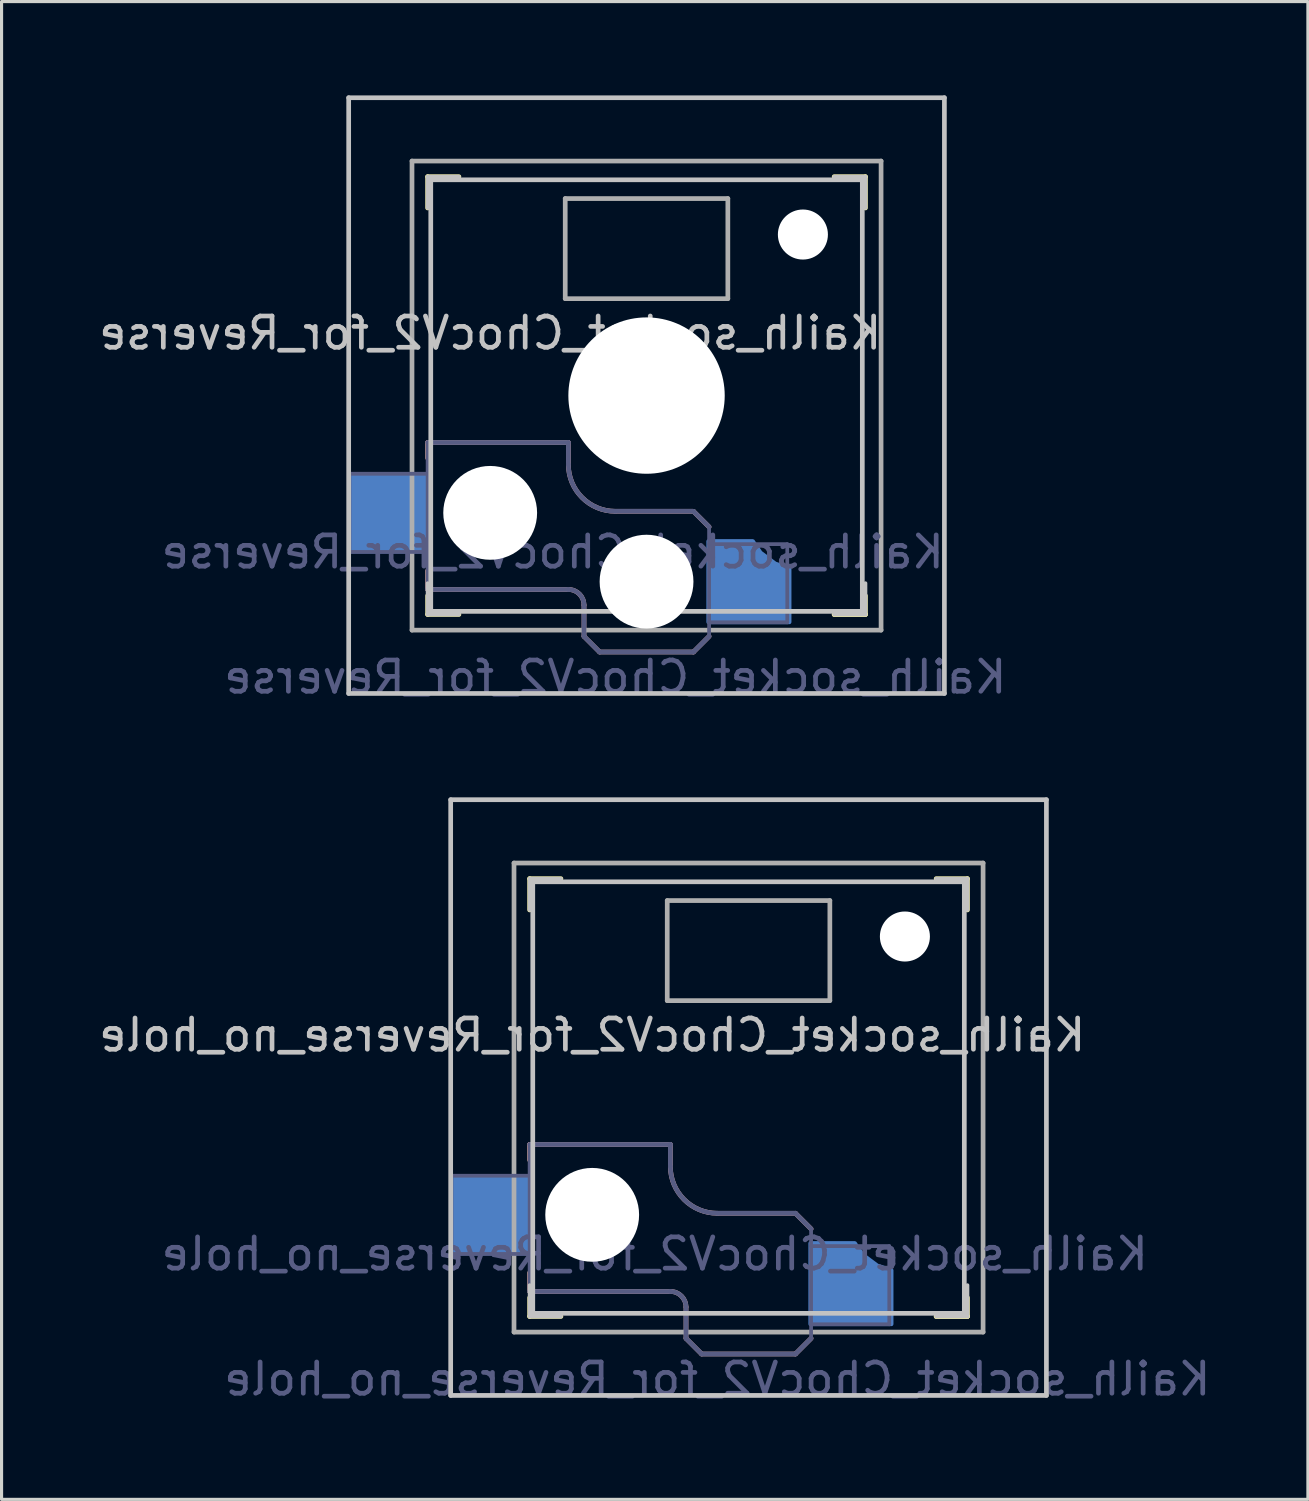
<source format=kicad_pcb>
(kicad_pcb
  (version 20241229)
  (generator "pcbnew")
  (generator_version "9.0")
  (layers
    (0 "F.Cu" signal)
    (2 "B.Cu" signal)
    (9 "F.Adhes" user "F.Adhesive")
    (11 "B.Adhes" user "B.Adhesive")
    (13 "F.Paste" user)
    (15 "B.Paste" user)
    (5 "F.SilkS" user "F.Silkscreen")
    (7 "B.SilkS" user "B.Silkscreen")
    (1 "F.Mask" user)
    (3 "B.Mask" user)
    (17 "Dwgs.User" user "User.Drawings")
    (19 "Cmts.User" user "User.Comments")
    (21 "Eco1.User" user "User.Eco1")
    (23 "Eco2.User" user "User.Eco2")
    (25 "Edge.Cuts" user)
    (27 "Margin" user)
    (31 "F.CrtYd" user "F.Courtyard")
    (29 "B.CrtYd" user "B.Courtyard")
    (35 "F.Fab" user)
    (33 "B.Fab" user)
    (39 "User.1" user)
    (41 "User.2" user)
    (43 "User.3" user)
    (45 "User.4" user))
  (footprint "Kailh_socket_ChocV2_for_Reverse_no_hole"
    (layer "F.Cu")
    (at 20.887 32.048)
    (property "Reference" "Kailh_socket_ChocV2_for_Reverse_no_hole" (at -5 -2 0) (layer "Dwgs.User") (effects (font (size 1 1) (thickness 0.15)) (justify mirror)))
    (property "Value" "Kailh_socket_ChocV2_for_Reverse_no_hole" (at 0 8.255 0) (layer "F.Fab") (hide yes) (effects (font (size 1 1) (thickness 0.15))))
    (attr smd)
    (fp_line (start -7 -6) (end -7 -7) (stroke (width 0.15) (type solid)) (layer "F.SilkS"))
    (fp_line (start -7 7) (end -7 6.4) (stroke (width 0.15) (type solid)) (layer "F.SilkS"))
    (fp_line (start -7 7) (end -6 7) (stroke (width 0.15) (type solid)) (layer "F.SilkS"))
    (fp_line (start -6 -7) (end -7 -7) (stroke (width 0.15) (type solid)) (layer "F.SilkS"))
    (fp_line (start 6 7) (end 7 7) (stroke (width 0.15) (type solid)) (layer "F.SilkS"))
    (fp_line (start 7 -7) (end 6 -7) (stroke (width 0.15) (type solid)) (layer "F.SilkS"))
    (fp_line (start 7 -7) (end 7 -6) (stroke (width 0.15) (type solid)) (layer "F.SilkS"))
    (fp_line (start 7 6.4) (end 7 7) (stroke (width 0.15) (type solid)) (layer "F.SilkS"))
    (fp_line (start 7 7) (end 6 7) (stroke (width 0.15) (type solid)) (layer "F.SilkS"))
    (fp_line (start -7 1.5) (end -7 2) (stroke (width 0.15) (type solid)) (layer "B.SilkS"))
    (fp_line (start -7 5.6) (end -7 6.2) (stroke (width 0.15) (type solid)) (layer "B.SilkS"))
    (fp_line (start -7 6.2) (end -2.5 6.2) (stroke (width 0.15) (type solid)) (layer "B.SilkS"))
    (fp_line (start -2.5 1.5) (end -7 1.5) (stroke (width 0.15) (type solid)) (layer "B.SilkS"))
    (fp_line (start -2.5 2.2) (end -2.5 1.5) (stroke (width 0.15) (type solid)) (layer "B.SilkS"))
    (fp_line (start -2 6.7) (end -2 7.7) (stroke (width 0.15) (type solid)) (layer "B.SilkS"))
    (fp_line (start -1.5 8.2) (end -2 7.7) (stroke (width 0.15) (type solid)) (layer "B.SilkS"))
    (fp_line (start 1.5 3.7) (end -1 3.7) (stroke (width 0.15) (type solid)) (layer "B.SilkS"))
    (fp_line (start 1.5 8.2) (end -1.5 8.2) (stroke (width 0.15) (type solid)) (layer "B.SilkS"))
    (fp_line (start 2 4.2) (end 1.5 3.7) (stroke (width 0.15) (type solid)) (layer "B.SilkS"))
    (fp_line (start 2 7.7) (end 1.5 8.2) (stroke (width 0.15) (type solid)) (layer "B.SilkS"))
    (fp_arc (start -2.5 6.2) (mid -2.146447 6.346447) (end -2 6.7) (stroke (width 0.15) (type solid)) (layer "B.SilkS"))
    (fp_arc (start -1 3.7) (mid -2.06066 3.26066) (end -2.5 2.2) (stroke (width 0.15) (type solid)) (layer "B.SilkS"))
    (fp_line (start -9.525 -9.525) (end 9.525 -9.525) (stroke (width 0.15) (type solid)) (layer "Dwgs.User"))
    (fp_line (start -9.525 9.525) (end -9.525 -9.525) (stroke (width 0.15) (type solid)) (layer "Dwgs.User"))
    (fp_line (start -7 -7) (end -7 -6) (stroke (width 0.12) (type solid)) (layer "Dwgs.User"))
    (fp_line (start -7 -7) (end -6 -7) (stroke (width 0.12) (type solid)) (layer "Dwgs.User"))
    (fp_line (start -7 7) (end -7 6) (stroke (width 0.12) (type solid)) (layer "Dwgs.User"))
    (fp_line (start -7 7) (end -6 7) (stroke (width 0.12) (type solid)) (layer "Dwgs.User"))
    (fp_line (start -6.9 6.9) (end -6.9 -6.9) (stroke (width 0.15) (type solid)) (layer "Dwgs.User"))
    (fp_line (start -6.9 6.9) (end 6.9 6.9) (stroke (width 0.15) (type solid)) (layer "Dwgs.User"))
    (fp_line (start 6.9 -6.9) (end -6.9 -6.9) (stroke (width 0.15) (type solid)) (layer "Dwgs.User"))
    (fp_line (start 6.9 -6.9) (end 6.9 6.9) (stroke (width 0.15) (type solid)) (layer "Dwgs.User"))
    (fp_line (start 7 -7) (end 6 -7) (stroke (width 0.12) (type solid)) (layer "Dwgs.User"))
    (fp_line (start 7 -7) (end 7 -6) (stroke (width 0.12) (type solid)) (layer "Dwgs.User"))
    (fp_line (start 7 7) (end 6 7) (stroke (width 0.12) (type solid)) (layer "Dwgs.User"))
    (fp_line (start 7 7) (end 7 6) (stroke (width 0.12) (type solid)) (layer "Dwgs.User"))
    (fp_line (start 9.525 -9.525) (end 9.525 9.525) (stroke (width 0.15) (type solid)) (layer "Dwgs.User"))
    (fp_line (start 9.525 9.525) (end -9.525 9.525) (stroke (width 0.15) (type solid)) (layer "Dwgs.User"))
    (fp_line (start -9.5 2.5) (end -7 2.5) (stroke (width 0.12) (type solid)) (layer "B.Fab"))
    (fp_line (start -9.5 5) (end -9.5 2.5) (stroke (width 0.12) (type solid)) (layer "B.Fab"))
    (fp_line (start -7 1.5) (end -7 6.2) (stroke (width 0.12) (type solid)) (layer "B.Fab"))
    (fp_line (start -7 5) (end -9.5 5) (stroke (width 0.12) (type solid)) (layer "B.Fab"))
    (fp_line (start -7 6.2) (end -2.5 6.2) (stroke (width 0.15) (type solid)) (layer "B.Fab"))
    (fp_line (start -2.5 1.5) (end -7 1.5) (stroke (width 0.15) (type solid)) (layer "B.Fab"))
    (fp_line (start -2.5 2.2) (end -2.5 1.5) (stroke (width 0.15) (type solid)) (layer "B.Fab"))
    (fp_line (start -2 6.7) (end -2 7.7) (stroke (width 0.15) (type solid)) (layer "B.Fab"))
    (fp_line (start -1.5 8.2) (end -2 7.7) (stroke (width 0.15) (type solid)) (layer "B.Fab"))
    (fp_line (start 1.5 3.7) (end -1 3.7) (stroke (width 0.15) (type solid)) (layer "B.Fab"))
    (fp_line (start 1.5 8.2) (end -1.5 8.2) (stroke (width 0.15) (type solid)) (layer "B.Fab"))
    (fp_line (start 2 4.2) (end 1.5 3.7) (stroke (width 0.15) (type solid)) (layer "B.Fab"))
    (fp_line (start 2 4.25) (end 2 7.7) (stroke (width 0.12) (type solid)) (layer "B.Fab"))
    (fp_line (start 2 4.75) (end 4.5 4.75) (stroke (width 0.12) (type solid)) (layer "B.Fab"))
    (fp_line (start 2 7.7) (end 1.5 8.2) (stroke (width 0.15) (type solid)) (layer "B.Fab"))
    (fp_line (start 4.5 4.75) (end 4.5 7.25) (stroke (width 0.12) (type solid)) (layer "B.Fab"))
    (fp_line (start 4.5 7.25) (end 2 7.25) (stroke (width 0.12) (type solid)) (layer "B.Fab"))
    (fp_arc (start -2.5 6.2) (mid -2.146447 6.346447) (end -2 6.7) (stroke (width 0.15) (type solid)) (layer "B.Fab"))
    (fp_arc (start -1 3.7) (mid -2.06066 3.26066) (end -2.5 2.2) (stroke (width 0.15) (type solid)) (layer "B.Fab"))
    (fp_line (start -7.5 -7.5) (end 7.5 -7.5) (stroke (width 0.15) (type solid)) (layer "F.Fab"))
    (fp_line (start -7.5 7.5) (end -7.5 -7.5) (stroke (width 0.15) (type solid)) (layer "F.Fab"))
    (fp_line (start -2.6 -3.1) (end -2.6 -6.3) (stroke (width 0.15) (type solid)) (layer "F.Fab"))
    (fp_line (start -2.6 -3.1) (end 2.6 -3.1) (stroke (width 0.15) (type solid)) (layer "F.Fab"))
    (fp_line (start 2.6 -6.3) (end -2.6 -6.3) (stroke (width 0.15) (type solid)) (layer "F.Fab"))
    (fp_line (start 2.6 -3.1) (end 2.6 -6.3) (stroke (width 0.15) (type solid)) (layer "F.Fab"))
    (fp_line (start 7.5 -7.5) (end 7.5 7.5) (stroke (width 0.15) (type solid)) (layer "F.Fab"))
    (fp_line (start 7.5 7.5) (end -7.5 7.5) (stroke (width 0.15) (type solid)) (layer "F.Fab"))
    (fp_text user "${REFERENCE}" (at -3 5 0) (layer "B.Fab") (effects (font (size 1 1) (thickness 0.15)) (justify mirror)))
    (fp_text user "${VALUE}" (at -1 9 0) (layer "B.Fab") (effects (font (size 1 1) (thickness 0.15)) (justify mirror)))
    (pad "" np_thru_hole circle (at -5 3.75) (size 3 3) (drill 3) (layers "*.Cu" "*.Mask"))
    (pad "" np_thru_hole circle (at 5 -5.15) (size 1.6 1.6) (drill 1.6) (layers "*.Cu" "*.Mask"))
    (pad "1" smd custom (at 2.812 6.3) (size 1.675 1.9) (layers "B.Cu" "B.Mask" "B.Paste") (options (anchor rect)) (primitives (gr_poly (pts (xy -0.838 -1.65) (xy -0.838 0.95) (xy 1.762 0.95) (xy 1.762 -0.78) (xy 1.308 -0.93) (xy 0.838 -1.28) (xy 0.588 -1.65)) (width 0.12) (fill yes))))
    (pad "2" smd rect (at -8.275 3.75) (size 2.6 2.6) (layers "B.Cu" "B.Mask" "B.Paste")))
  (footprint "Kailh_socket_ChocV2_for_Reverse"
    (layer "F.Cu")
    (at 17.625 9.6)
    (property "Reference" "Kailh_socket_ChocV2_for_Reverse" (at -5 -2 0) (layer "Dwgs.User") (effects (font (size 1 1) (thickness 0.15)) (justify mirror)))
    (property "Value" "Kailh_socket_ChocV2_for_Reverse" (at 0 8.255 0) (layer "F.Fab") (hide yes) (effects (font (size 1 1) (thickness 0.15))))
    (attr smd)
    (fp_line (start -7 -6) (end -7 -7) (stroke (width 0.15) (type solid)) (layer "F.SilkS"))
    (fp_line (start -7 7) (end -7 6.4) (stroke (width 0.15) (type solid)) (layer "F.SilkS"))
    (fp_line (start -7 7) (end -6 7) (stroke (width 0.15) (type solid)) (layer "F.SilkS"))
    (fp_line (start -6 -7) (end -7 -7) (stroke (width 0.15) (type solid)) (layer "F.SilkS"))
    (fp_line (start 6 7) (end 7 7) (stroke (width 0.15) (type solid)) (layer "F.SilkS"))
    (fp_line (start 7 -7) (end 6 -7) (stroke (width 0.15) (type solid)) (layer "F.SilkS"))
    (fp_line (start 7 -7) (end 7 -6) (stroke (width 0.15) (type solid)) (layer "F.SilkS"))
    (fp_line (start 7 6.4) (end 7 7) (stroke (width 0.15) (type solid)) (layer "F.SilkS"))
    (fp_line (start 7 7) (end 6 7) (stroke (width 0.15) (type solid)) (layer "F.SilkS"))
    (fp_line (start -7 1.5) (end -7 2) (stroke (width 0.15) (type solid)) (layer "B.SilkS"))
    (fp_line (start -7 5.6) (end -7 6.2) (stroke (width 0.15) (type solid)) (layer "B.SilkS"))
    (fp_line (start -7 6.2) (end -2.5 6.2) (stroke (width 0.15) (type solid)) (layer "B.SilkS"))
    (fp_line (start -2.5 1.5) (end -7 1.5) (stroke (width 0.15) (type solid)) (layer "B.SilkS"))
    (fp_line (start -2.5 2.2) (end -2.5 1.5) (stroke (width 0.15) (type solid)) (layer "B.SilkS"))
    (fp_line (start -2 6.7) (end -2 7.7) (stroke (width 0.15) (type solid)) (layer "B.SilkS"))
    (fp_line (start -1.5 8.2) (end -2 7.7) (stroke (width 0.15) (type solid)) (layer "B.SilkS"))
    (fp_line (start 1.5 3.7) (end -1 3.7) (stroke (width 0.15) (type solid)) (layer "B.SilkS"))
    (fp_line (start 1.5 8.2) (end -1.5 8.2) (stroke (width 0.15) (type solid)) (layer "B.SilkS"))
    (fp_line (start 2 4.2) (end 1.5 3.7) (stroke (width 0.15) (type solid)) (layer "B.SilkS"))
    (fp_line (start 2 7.7) (end 1.5 8.2) (stroke (width 0.15) (type solid)) (layer "B.SilkS"))
    (fp_arc (start -2.5 6.2) (mid -2.146447 6.346447) (end -2 6.7) (stroke (width 0.15) (type solid)) (layer "B.SilkS"))
    (fp_arc (start -1 3.7) (mid -2.06066 3.26066) (end -2.5 2.2) (stroke (width 0.15) (type solid)) (layer "B.SilkS"))
    (fp_line (start -9.525 -9.525) (end 9.525 -9.525) (stroke (width 0.15) (type solid)) (layer "Dwgs.User"))
    (fp_line (start -9.525 9.525) (end -9.525 -9.525) (stroke (width 0.15) (type solid)) (layer "Dwgs.User"))
    (fp_line (start -7 -7) (end -7 -6) (stroke (width 0.12) (type solid)) (layer "Dwgs.User"))
    (fp_line (start -7 -7) (end -6 -7) (stroke (width 0.12) (type solid)) (layer "Dwgs.User"))
    (fp_line (start -7 7) (end -7 6) (stroke (width 0.12) (type solid)) (layer "Dwgs.User"))
    (fp_line (start -7 7) (end -6 7) (stroke (width 0.12) (type solid)) (layer "Dwgs.User"))
    (fp_line (start -6.9 6.9) (end -6.9 -6.9) (stroke (width 0.15) (type solid)) (layer "Dwgs.User"))
    (fp_line (start -6.9 6.9) (end 6.9 6.9) (stroke (width 0.15) (type solid)) (layer "Dwgs.User"))
    (fp_line (start 6.9 -6.9) (end -6.9 -6.9) (stroke (width 0.15) (type solid)) (layer "Dwgs.User"))
    (fp_line (start 6.9 -6.9) (end 6.9 6.9) (stroke (width 0.15) (type solid)) (layer "Dwgs.User"))
    (fp_line (start 7 -7) (end 6 -7) (stroke (width 0.12) (type solid)) (layer "Dwgs.User"))
    (fp_line (start 7 -7) (end 7 -6) (stroke (width 0.12) (type solid)) (layer "Dwgs.User"))
    (fp_line (start 7 7) (end 6 7) (stroke (width 0.12) (type solid)) (layer "Dwgs.User"))
    (fp_line (start 7 7) (end 7 6) (stroke (width 0.12) (type solid)) (layer "Dwgs.User"))
    (fp_line (start 9.525 -9.525) (end 9.525 9.525) (stroke (width 0.15) (type solid)) (layer "Dwgs.User"))
    (fp_line (start 9.525 9.525) (end -9.525 9.525) (stroke (width 0.15) (type solid)) (layer "Dwgs.User"))
    (fp_line (start -9.5 2.5) (end -7 2.5) (stroke (width 0.12) (type solid)) (layer "B.Fab"))
    (fp_line (start -9.5 5) (end -9.5 2.5) (stroke (width 0.12) (type solid)) (layer "B.Fab"))
    (fp_line (start -7 1.5) (end -7 6.2) (stroke (width 0.12) (type solid)) (layer "B.Fab"))
    (fp_line (start -7 5) (end -9.5 5) (stroke (width 0.12) (type solid)) (layer "B.Fab"))
    (fp_line (start -7 6.2) (end -2.5 6.2) (stroke (width 0.15) (type solid)) (layer "B.Fab"))
    (fp_line (start -2.5 1.5) (end -7 1.5) (stroke (width 0.15) (type solid)) (layer "B.Fab"))
    (fp_line (start -2.5 2.2) (end -2.5 1.5) (stroke (width 0.15) (type solid)) (layer "B.Fab"))
    (fp_line (start -2 6.7) (end -2 7.7) (stroke (width 0.15) (type solid)) (layer "B.Fab"))
    (fp_line (start -1.5 8.2) (end -2 7.7) (stroke (width 0.15) (type solid)) (layer "B.Fab"))
    (fp_line (start 1.5 3.7) (end -1 3.7) (stroke (width 0.15) (type solid)) (layer "B.Fab"))
    (fp_line (start 1.5 8.2) (end -1.5 8.2) (stroke (width 0.15) (type solid)) (layer "B.Fab"))
    (fp_line (start 2 4.2) (end 1.5 3.7) (stroke (width 0.15) (type solid)) (layer "B.Fab"))
    (fp_line (start 2 4.25) (end 2 7.7) (stroke (width 0.12) (type solid)) (layer "B.Fab"))
    (fp_line (start 2 4.75) (end 4.5 4.75) (stroke (width 0.12) (type solid)) (layer "B.Fab"))
    (fp_line (start 2 7.7) (end 1.5 8.2) (stroke (width 0.15) (type solid)) (layer "B.Fab"))
    (fp_line (start 4.5 4.75) (end 4.5 7.25) (stroke (width 0.12) (type solid)) (layer "B.Fab"))
    (fp_line (start 4.5 7.25) (end 2 7.25) (stroke (width 0.12) (type solid)) (layer "B.Fab"))
    (fp_arc (start -2.5 6.2) (mid -2.146447 6.346447) (end -2 6.7) (stroke (width 0.15) (type solid)) (layer "B.Fab"))
    (fp_arc (start -1 3.7) (mid -2.06066 3.26066) (end -2.5 2.2) (stroke (width 0.15) (type solid)) (layer "B.Fab"))
    (fp_line (start -7.5 -7.5) (end 7.5 -7.5) (stroke (width 0.15) (type solid)) (layer "F.Fab"))
    (fp_line (start -7.5 7.5) (end -7.5 -7.5) (stroke (width 0.15) (type solid)) (layer "F.Fab"))
    (fp_line (start -2.6 -3.1) (end -2.6 -6.3) (stroke (width 0.15) (type solid)) (layer "F.Fab"))
    (fp_line (start -2.6 -3.1) (end 2.6 -3.1) (stroke (width 0.15) (type solid)) (layer "F.Fab"))
    (fp_line (start 2.6 -6.3) (end -2.6 -6.3) (stroke (width 0.15) (type solid)) (layer "F.Fab"))
    (fp_line (start 2.6 -3.1) (end 2.6 -6.3) (stroke (width 0.15) (type solid)) (layer "F.Fab"))
    (fp_line (start 7.5 -7.5) (end 7.5 7.5) (stroke (width 0.15) (type solid)) (layer "F.Fab"))
    (fp_line (start 7.5 7.5) (end -7.5 7.5) (stroke (width 0.15) (type solid)) (layer "F.Fab"))
    (fp_text user "${REFERENCE}" (at -3 5 0) (layer "B.Fab") (effects (font (size 1 1) (thickness 0.15)) (justify mirror)))
    (fp_text user "${VALUE}" (at -1 9 0) (layer "B.Fab") (effects (font (size 1 1) (thickness 0.15)) (justify mirror)))
    (pad "" np_thru_hole circle (at -5 3.75) (size 3 3) (drill 3) (layers "*.Cu" "*.Mask"))
    (pad "" np_thru_hole circle (at 0 0) (size 5 5) (drill 5) (layers "*.Cu" "*.Mask"))
    (pad "" np_thru_hole circle (at 0 5.95) (size 3 3) (drill 3) (layers "*.Cu" "*.Mask"))
    (pad "" np_thru_hole circle (at 5 -5.15) (size 1.6 1.6) (drill 1.6) (layers "*.Cu" "*.Mask"))
    (pad "1" smd custom (at 2.812 6.3) (size 1.675 1.9) (layers "B.Cu" "B.Mask" "B.Paste") (options (anchor rect)) (primitives (gr_poly (pts (xy -0.838 -1.65) (xy -0.838 0.95) (xy 1.762 0.95) (xy 1.762 -0.78) (xy 1.308 -0.93) (xy 0.838 -1.28) (xy 0.588 -1.65)) (width 0.12) (fill yes))))
    (pad "2" smd rect (at -8.275 3.75) (size 2.6 2.6) (layers "B.Cu" "B.Mask" "B.Paste")))
  (gr_rect
    (start -3 -3)
    (end 38.774 44.897)
    (stroke (width 0.1) (type default))
    (fill no)
    (layer "Edge.Cuts")))
</source>
